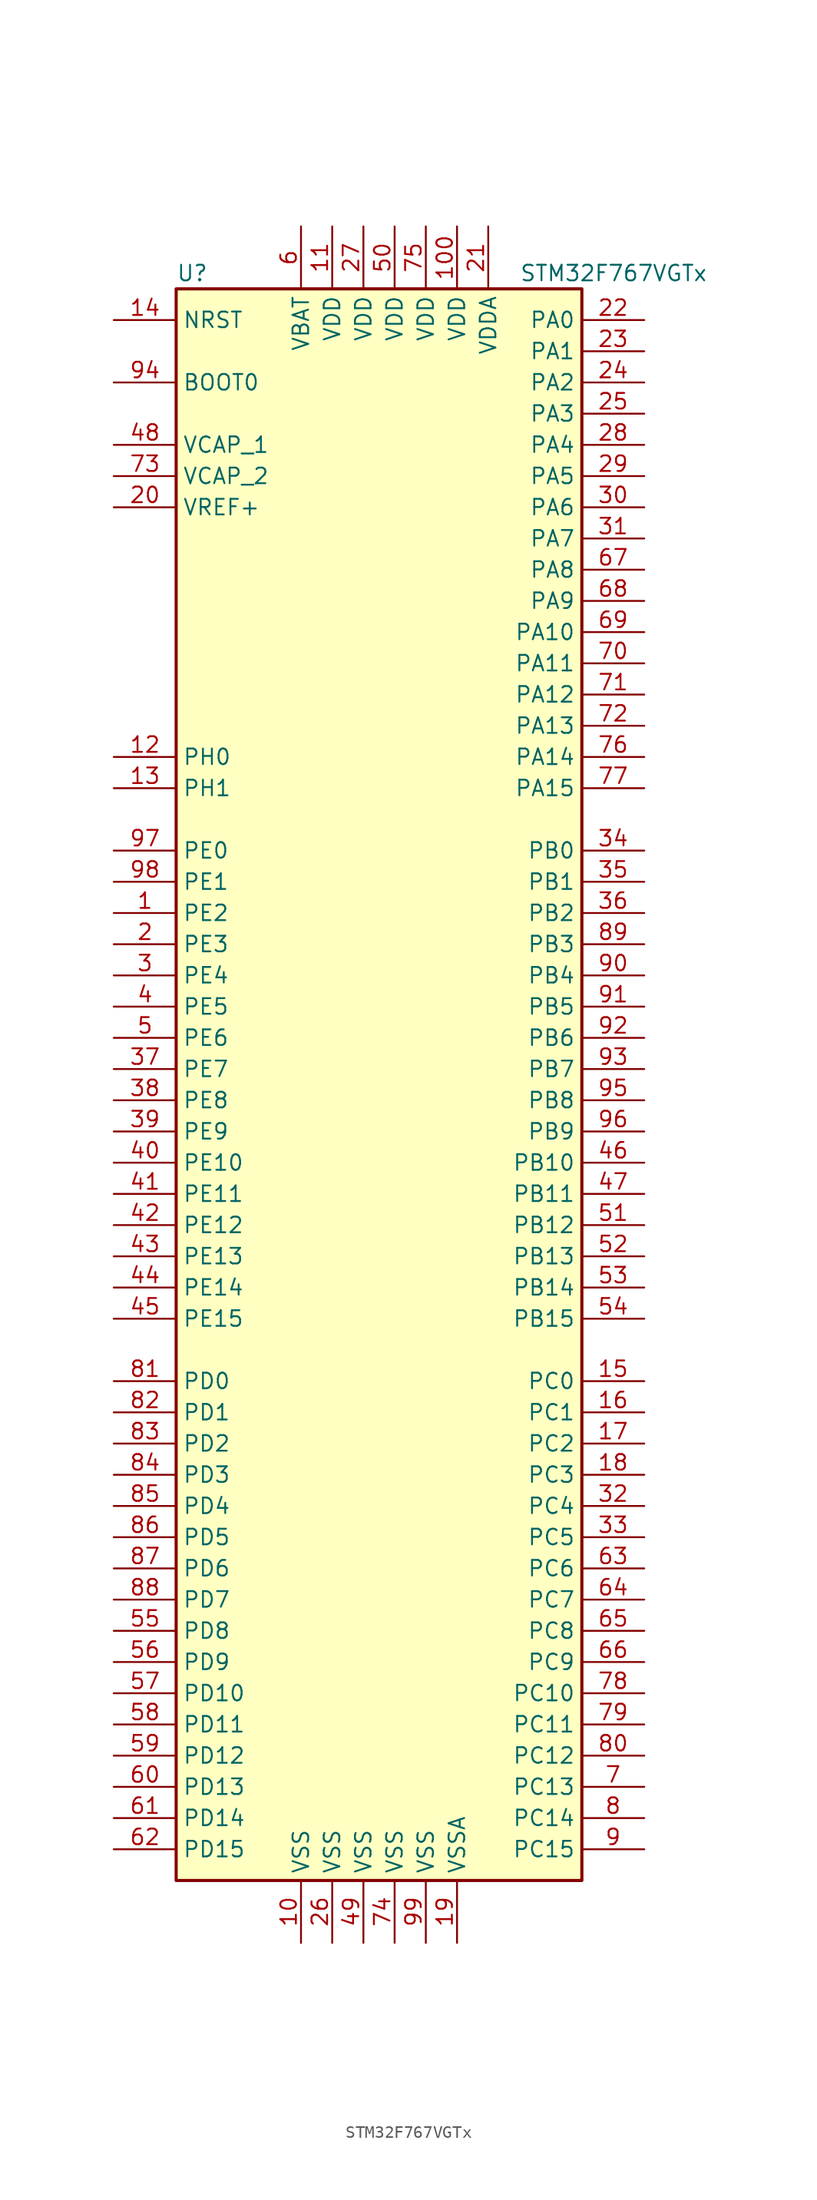
<source format=kicad_sym>
(kicad_symbol_lib
  (version 20211014)
  (generator kicad_symbol_editor)
  (symbol "STM32F767VGTx"
    (property "Reference" "U"
      (at -17.78 64.77 0)
      (effects (font (size 1.27 1.27)) (justify left)))
    (property "Value" "STM32F767VGTx"
      (at 10.16 64.77 0)
      (effects (font (size 1.27 1.27)) (justify left)))
    (symbol "STM32F767VGTx_0_1"
      (rectangle (start -17.78 -66.04) (end 15.24 63.5) (stroke (width 0.254) (type default) (color 0 0 0 0)) (fill (type background))))
    (symbol "STM32F767VGTx_1_1"
      (pin bidirectional line (at -22.86 12.7 0) (length 5.08) (name "PE2" (effects (font (size 1.27 1.27)))) (number "1" (effects (font (size 1.27 1.27)))))
      (pin power_in line (at -7.62 -71.12 90) (length 5.08) (name "VSS" (effects (font (size 1.27 1.27)))) (number "10" (effects (font (size 1.27 1.27)))))
      (pin power_in line (at 5.08 68.58 270) (length 5.08) (name "VDD" (effects (font (size 1.27 1.27)))) (number "100" (effects (font (size 1.27 1.27)))))
      (pin power_in line (at -5.08 68.58 270) (length 5.08) (name "VDD" (effects (font (size 1.27 1.27)))) (number "11" (effects (font (size 1.27 1.27)))))
      (pin input line (at -22.86 25.4 0) (length 5.08) (name "PH0" (effects (font (size 1.27 1.27)))) (number "12" (effects (font (size 1.27 1.27)))))
      (pin input line (at -22.86 22.86 0) (length 5.08) (name "PH1" (effects (font (size 1.27 1.27)))) (number "13" (effects (font (size 1.27 1.27)))))
      (pin input line (at -22.86 60.96 0) (length 5.08) (name "NRST" (effects (font (size 1.27 1.27)))) (number "14" (effects (font (size 1.27 1.27)))))
      (pin bidirectional line (at 20.32 -25.4 180) (length 5.08) (name "PC0" (effects (font (size 1.27 1.27)))) (number "15" (effects (font (size 1.27 1.27)))))
      (pin bidirectional line (at 20.32 -27.94 180) (length 5.08) (name "PC1" (effects (font (size 1.27 1.27)))) (number "16" (effects (font (size 1.27 1.27)))))
      (pin bidirectional line (at 20.32 -30.48 180) (length 5.08) (name "PC2" (effects (font (size 1.27 1.27)))) (number "17" (effects (font (size 1.27 1.27)))))
      (pin bidirectional line (at 20.32 -33.02 180) (length 5.08) (name "PC3" (effects (font (size 1.27 1.27)))) (number "18" (effects (font (size 1.27 1.27)))))
      (pin power_in line (at 5.08 -71.12 90) (length 5.08) (name "VSSA" (effects (font (size 1.27 1.27)))) (number "19" (effects (font (size 1.27 1.27)))))
      (pin bidirectional line (at -22.86 10.16 0) (length 5.08) (name "PE3" (effects (font (size 1.27 1.27)))) (number "2" (effects (font (size 1.27 1.27)))))
      (pin power_in line (at -22.86 45.72 0) (length 5.08) (name "VREF+" (effects (font (size 1.27 1.27)))) (number "20" (effects (font (size 1.27 1.27)))))
      (pin power_in line (at 7.62 68.58 270) (length 5.08) (name "VDDA" (effects (font (size 1.27 1.27)))) (number "21" (effects (font (size 1.27 1.27)))))
      (pin bidirectional line (at 20.32 60.96 180) (length 5.08) (name "PA0" (effects (font (size 1.27 1.27)))) (number "22" (effects (font (size 1.27 1.27)))))
      (pin bidirectional line (at 20.32 58.42 180) (length 5.08) (name "PA1" (effects (font (size 1.27 1.27)))) (number "23" (effects (font (size 1.27 1.27)))))
      (pin bidirectional line (at 20.32 55.88 180) (length 5.08) (name "PA2" (effects (font (size 1.27 1.27)))) (number "24" (effects (font (size 1.27 1.27)))))
      (pin bidirectional line (at 20.32 53.34 180) (length 5.08) (name "PA3" (effects (font (size 1.27 1.27)))) (number "25" (effects (font (size 1.27 1.27)))))
      (pin power_in line (at -5.08 -71.12 90) (length 5.08) (name "VSS" (effects (font (size 1.27 1.27)))) (number "26" (effects (font (size 1.27 1.27)))))
      (pin power_in line (at -2.54 68.58 270) (length 5.08) (name "VDD" (effects (font (size 1.27 1.27)))) (number "27" (effects (font (size 1.27 1.27)))))
      (pin bidirectional line (at 20.32 50.8 180) (length 5.08) (name "PA4" (effects (font (size 1.27 1.27)))) (number "28" (effects (font (size 1.27 1.27)))))
      (pin bidirectional line (at 20.32 48.26 180) (length 5.08) (name "PA5" (effects (font (size 1.27 1.27)))) (number "29" (effects (font (size 1.27 1.27)))))
      (pin bidirectional line (at -22.86 7.62 0) (length 5.08) (name "PE4" (effects (font (size 1.27 1.27)))) (number "3" (effects (font (size 1.27 1.27)))))
      (pin bidirectional line (at 20.32 45.72 180) (length 5.08) (name "PA6" (effects (font (size 1.27 1.27)))) (number "30" (effects (font (size 1.27 1.27)))))
      (pin bidirectional line (at 20.32 43.18 180) (length 5.08) (name "PA7" (effects (font (size 1.27 1.27)))) (number "31" (effects (font (size 1.27 1.27)))))
      (pin bidirectional line (at 20.32 -35.56 180) (length 5.08) (name "PC4" (effects (font (size 1.27 1.27)))) (number "32" (effects (font (size 1.27 1.27)))))
      (pin bidirectional line (at 20.32 -38.1 180) (length 5.08) (name "PC5" (effects (font (size 1.27 1.27)))) (number "33" (effects (font (size 1.27 1.27)))))
      (pin bidirectional line (at 20.32 17.78 180) (length 5.08) (name "PB0" (effects (font (size 1.27 1.27)))) (number "34" (effects (font (size 1.27 1.27)))))
      (pin bidirectional line (at 20.32 15.24 180) (length 5.08) (name "PB1" (effects (font (size 1.27 1.27)))) (number "35" (effects (font (size 1.27 1.27)))))
      (pin bidirectional line (at 20.32 12.7 180) (length 5.08) (name "PB2" (effects (font (size 1.27 1.27)))) (number "36" (effects (font (size 1.27 1.27)))))
      (pin bidirectional line (at -22.86 0 0) (length 5.08) (name "PE7" (effects (font (size 1.27 1.27)))) (number "37" (effects (font (size 1.27 1.27)))))
      (pin bidirectional line (at -22.86 -2.54 0) (length 5.08) (name "PE8" (effects (font (size 1.27 1.27)))) (number "38" (effects (font (size 1.27 1.27)))))
      (pin bidirectional line (at -22.86 -5.08 0) (length 5.08) (name "PE9" (effects (font (size 1.27 1.27)))) (number "39" (effects (font (size 1.27 1.27)))))
      (pin bidirectional line (at -22.86 5.08 0) (length 5.08) (name "PE5" (effects (font (size 1.27 1.27)))) (number "4" (effects (font (size 1.27 1.27)))))
      (pin bidirectional line (at -22.86 -7.62 0) (length 5.08) (name "PE10" (effects (font (size 1.27 1.27)))) (number "40" (effects (font (size 1.27 1.27)))))
      (pin bidirectional line (at -22.86 -10.16 0) (length 5.08) (name "PE11" (effects (font (size 1.27 1.27)))) (number "41" (effects (font (size 1.27 1.27)))))
      (pin bidirectional line (at -22.86 -12.7 0) (length 5.08) (name "PE12" (effects (font (size 1.27 1.27)))) (number "42" (effects (font (size 1.27 1.27)))))
      (pin bidirectional line (at -22.86 -15.24 0) (length 5.08) (name "PE13" (effects (font (size 1.27 1.27)))) (number "43" (effects (font (size 1.27 1.27)))))
      (pin bidirectional line (at -22.86 -17.78 0) (length 5.08) (name "PE14" (effects (font (size 1.27 1.27)))) (number "44" (effects (font (size 1.27 1.27)))))
      (pin bidirectional line (at -22.86 -20.32 0) (length 5.08) (name "PE15" (effects (font (size 1.27 1.27)))) (number "45" (effects (font (size 1.27 1.27)))))
      (pin bidirectional line (at 20.32 -7.62 180) (length 5.08) (name "PB10" (effects (font (size 1.27 1.27)))) (number "46" (effects (font (size 1.27 1.27)))))
      (pin bidirectional line (at 20.32 -10.16 180) (length 5.08) (name "PB11" (effects (font (size 1.27 1.27)))) (number "47" (effects (font (size 1.27 1.27)))))
      (pin power_in line (at -22.86 50.8 0) (length 5.08) (name "VCAP_1" (effects (font (size 1.27 1.27)))) (number "48" (effects (font (size 1.27 1.27)))))
      (pin power_in line (at -2.54 -71.12 90) (length 5.08) (name "VSS" (effects (font (size 1.27 1.27)))) (number "49" (effects (font (size 1.27 1.27)))))
      (pin bidirectional line (at -22.86 2.54 0) (length 5.08) (name "PE6" (effects (font (size 1.27 1.27)))) (number "5" (effects (font (size 1.27 1.27)))))
      (pin power_in line (at 0 68.58 270) (length 5.08) (name "VDD" (effects (font (size 1.27 1.27)))) (number "50" (effects (font (size 1.27 1.27)))))
      (pin bidirectional line (at 20.32 -12.7 180) (length 5.08) (name "PB12" (effects (font (size 1.27 1.27)))) (number "51" (effects (font (size 1.27 1.27)))))
      (pin bidirectional line (at 20.32 -15.24 180) (length 5.08) (name "PB13" (effects (font (size 1.27 1.27)))) (number "52" (effects (font (size 1.27 1.27)))))
      (pin bidirectional line (at 20.32 -17.78 180) (length 5.08) (name "PB14" (effects (font (size 1.27 1.27)))) (number "53" (effects (font (size 1.27 1.27)))))
      (pin bidirectional line (at 20.32 -20.32 180) (length 5.08) (name "PB15" (effects (font (size 1.27 1.27)))) (number "54" (effects (font (size 1.27 1.27)))))
      (pin bidirectional line (at -22.86 -45.72 0) (length 5.08) (name "PD8" (effects (font (size 1.27 1.27)))) (number "55" (effects (font (size 1.27 1.27)))))
      (pin bidirectional line (at -22.86 -48.26 0) (length 5.08) (name "PD9" (effects (font (size 1.27 1.27)))) (number "56" (effects (font (size 1.27 1.27)))))
      (pin bidirectional line (at -22.86 -50.8 0) (length 5.08) (name "PD10" (effects (font (size 1.27 1.27)))) (number "57" (effects (font (size 1.27 1.27)))))
      (pin bidirectional line (at -22.86 -53.34 0) (length 5.08) (name "PD11" (effects (font (size 1.27 1.27)))) (number "58" (effects (font (size 1.27 1.27)))))
      (pin bidirectional line (at -22.86 -55.88 0) (length 5.08) (name "PD12" (effects (font (size 1.27 1.27)))) (number "59" (effects (font (size 1.27 1.27)))))
      (pin power_in line (at -7.62 68.58 270) (length 5.08) (name "VBAT" (effects (font (size 1.27 1.27)))) (number "6" (effects (font (size 1.27 1.27)))))
      (pin bidirectional line (at -22.86 -58.42 0) (length 5.08) (name "PD13" (effects (font (size 1.27 1.27)))) (number "60" (effects (font (size 1.27 1.27)))))
      (pin bidirectional line (at -22.86 -60.96 0) (length 5.08) (name "PD14" (effects (font (size 1.27 1.27)))) (number "61" (effects (font (size 1.27 1.27)))))
      (pin bidirectional line (at -22.86 -63.5 0) (length 5.08) (name "PD15" (effects (font (size 1.27 1.27)))) (number "62" (effects (font (size 1.27 1.27)))))
      (pin bidirectional line (at 20.32 -40.64 180) (length 5.08) (name "PC6" (effects (font (size 1.27 1.27)))) (number "63" (effects (font (size 1.27 1.27)))))
      (pin bidirectional line (at 20.32 -43.18 180) (length 5.08) (name "PC7" (effects (font (size 1.27 1.27)))) (number "64" (effects (font (size 1.27 1.27)))))
      (pin bidirectional line (at 20.32 -45.72 180) (length 5.08) (name "PC8" (effects (font (size 1.27 1.27)))) (number "65" (effects (font (size 1.27 1.27)))))
      (pin bidirectional line (at 20.32 -48.26 180) (length 5.08) (name "PC9" (effects (font (size 1.27 1.27)))) (number "66" (effects (font (size 1.27 1.27)))))
      (pin bidirectional line (at 20.32 40.64 180) (length 5.08) (name "PA8" (effects (font (size 1.27 1.27)))) (number "67" (effects (font (size 1.27 1.27)))))
      (pin bidirectional line (at 20.32 38.1 180) (length 5.08) (name "PA9" (effects (font (size 1.27 1.27)))) (number "68" (effects (font (size 1.27 1.27)))))
      (pin bidirectional line (at 20.32 35.56 180) (length 5.08) (name "PA10" (effects (font (size 1.27 1.27)))) (number "69" (effects (font (size 1.27 1.27)))))
      (pin bidirectional line (at 20.32 -58.42 180) (length 5.08) (name "PC13" (effects (font (size 1.27 1.27)))) (number "7" (effects (font (size 1.27 1.27)))))
      (pin bidirectional line (at 20.32 33.02 180) (length 5.08) (name "PA11" (effects (font (size 1.27 1.27)))) (number "70" (effects (font (size 1.27 1.27)))))
      (pin bidirectional line (at 20.32 30.48 180) (length 5.08) (name "PA12" (effects (font (size 1.27 1.27)))) (number "71" (effects (font (size 1.27 1.27)))))
      (pin bidirectional line (at 20.32 27.94 180) (length 5.08) (name "PA13" (effects (font (size 1.27 1.27)))) (number "72" (effects (font (size 1.27 1.27)))))
      (pin power_in line (at -22.86 48.26 0) (length 5.08) (name "VCAP_2" (effects (font (size 1.27 1.27)))) (number "73" (effects (font (size 1.27 1.27)))))
      (pin power_in line (at 0 -71.12 90) (length 5.08) (name "VSS" (effects (font (size 1.27 1.27)))) (number "74" (effects (font (size 1.27 1.27)))))
      (pin power_in line (at 2.54 68.58 270) (length 5.08) (name "VDD" (effects (font (size 1.27 1.27)))) (number "75" (effects (font (size 1.27 1.27)))))
      (pin bidirectional line (at 20.32 25.4 180) (length 5.08) (name "PA14" (effects (font (size 1.27 1.27)))) (number "76" (effects (font (size 1.27 1.27)))))
      (pin bidirectional line (at 20.32 22.86 180) (length 5.08) (name "PA15" (effects (font (size 1.27 1.27)))) (number "77" (effects (font (size 1.27 1.27)))))
      (pin bidirectional line (at 20.32 -50.8 180) (length 5.08) (name "PC10" (effects (font (size 1.27 1.27)))) (number "78" (effects (font (size 1.27 1.27)))))
      (pin bidirectional line (at 20.32 -53.34 180) (length 5.08) (name "PC11" (effects (font (size 1.27 1.27)))) (number "79" (effects (font (size 1.27 1.27)))))
      (pin bidirectional line (at 20.32 -60.96 180) (length 5.08) (name "PC14" (effects (font (size 1.27 1.27)))) (number "8" (effects (font (size 1.27 1.27)))))
      (pin bidirectional line (at 20.32 -55.88 180) (length 5.08) (name "PC12" (effects (font (size 1.27 1.27)))) (number "80" (effects (font (size 1.27 1.27)))))
      (pin bidirectional line (at -22.86 -25.4 0) (length 5.08) (name "PD0" (effects (font (size 1.27 1.27)))) (number "81" (effects (font (size 1.27 1.27)))))
      (pin bidirectional line (at -22.86 -27.94 0) (length 5.08) (name "PD1" (effects (font (size 1.27 1.27)))) (number "82" (effects (font (size 1.27 1.27)))))
      (pin bidirectional line (at -22.86 -30.48 0) (length 5.08) (name "PD2" (effects (font (size 1.27 1.27)))) (number "83" (effects (font (size 1.27 1.27)))))
      (pin bidirectional line (at -22.86 -33.02 0) (length 5.08) (name "PD3" (effects (font (size 1.27 1.27)))) (number "84" (effects (font (size 1.27 1.27)))))
      (pin bidirectional line (at -22.86 -35.56 0) (length 5.08) (name "PD4" (effects (font (size 1.27 1.27)))) (number "85" (effects (font (size 1.27 1.27)))))
      (pin bidirectional line (at -22.86 -38.1 0) (length 5.08) (name "PD5" (effects (font (size 1.27 1.27)))) (number "86" (effects (font (size 1.27 1.27)))))
      (pin bidirectional line (at -22.86 -40.64 0) (length 5.08) (name "PD6" (effects (font (size 1.27 1.27)))) (number "87" (effects (font (size 1.27 1.27)))))
      (pin bidirectional line (at -22.86 -43.18 0) (length 5.08) (name "PD7" (effects (font (size 1.27 1.27)))) (number "88" (effects (font (size 1.27 1.27)))))
      (pin bidirectional line (at 20.32 10.16 180) (length 5.08) (name "PB3" (effects (font (size 1.27 1.27)))) (number "89" (effects (font (size 1.27 1.27)))))
      (pin bidirectional line (at 20.32 -63.5 180) (length 5.08) (name "PC15" (effects (font (size 1.27 1.27)))) (number "9" (effects (font (size 1.27 1.27)))))
      (pin bidirectional line (at 20.32 7.62 180) (length 5.08) (name "PB4" (effects (font (size 1.27 1.27)))) (number "90" (effects (font (size 1.27 1.27)))))
      (pin bidirectional line (at 20.32 5.08 180) (length 5.08) (name "PB5" (effects (font (size 1.27 1.27)))) (number "91" (effects (font (size 1.27 1.27)))))
      (pin bidirectional line (at 20.32 2.54 180) (length 5.08) (name "PB6" (effects (font (size 1.27 1.27)))) (number "92" (effects (font (size 1.27 1.27)))))
      (pin bidirectional line (at 20.32 0 180) (length 5.08) (name "PB7" (effects (font (size 1.27 1.27)))) (number "93" (effects (font (size 1.27 1.27)))))
      (pin input line (at -22.86 55.88 0) (length 5.08) (name "BOOT0" (effects (font (size 1.27 1.27)))) (number "94" (effects (font (size 1.27 1.27)))))
      (pin bidirectional line (at 20.32 -2.54 180) (length 5.08) (name "PB8" (effects (font (size 1.27 1.27)))) (number "95" (effects (font (size 1.27 1.27)))))
      (pin bidirectional line (at 20.32 -5.08 180) (length 5.08) (name "PB9" (effects (font (size 1.27 1.27)))) (number "96" (effects (font (size 1.27 1.27)))))
      (pin bidirectional line (at -22.86 17.78 0) (length 5.08) (name "PE0" (effects (font (size 1.27 1.27)))) (number "97" (effects (font (size 1.27 1.27)))))
      (pin bidirectional line (at -22.86 15.24 0) (length 5.08) (name "PE1" (effects (font (size 1.27 1.27)))) (number "98" (effects (font (size 1.27 1.27)))))
      (pin power_in line (at 2.54 -71.12 90) (length 5.08) (name "VSS" (effects (font (size 1.27 1.27)))) (number "99" (effects (font (size 1.27 1.27))))))))
</source>
